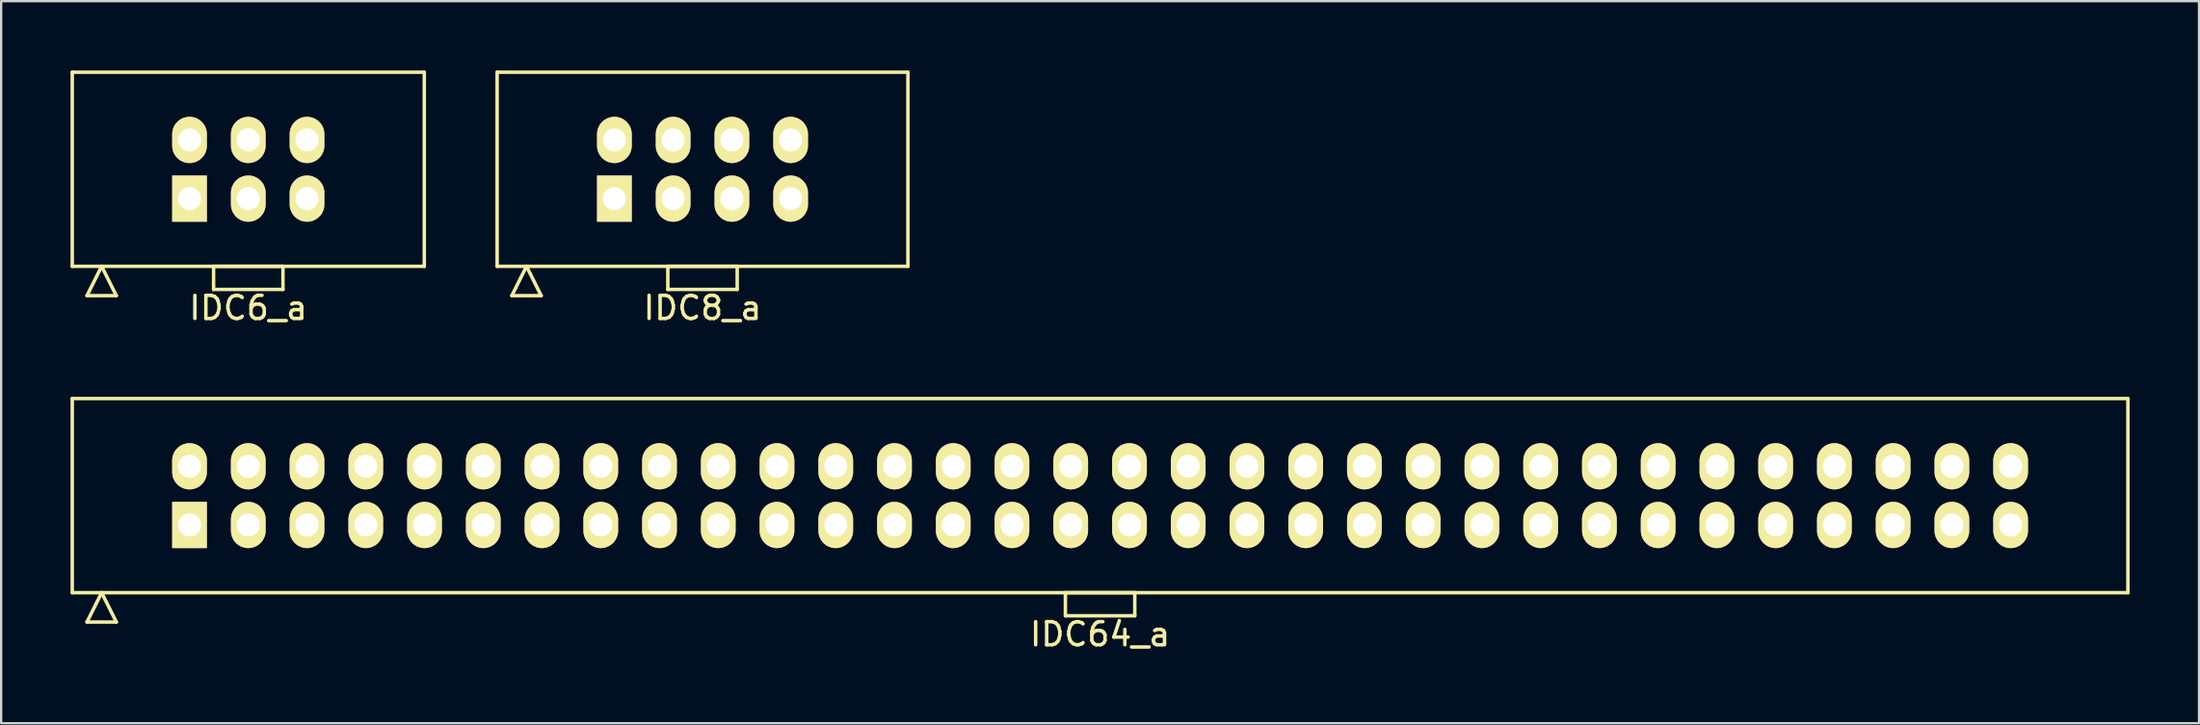
<source format=kicad_pcb>
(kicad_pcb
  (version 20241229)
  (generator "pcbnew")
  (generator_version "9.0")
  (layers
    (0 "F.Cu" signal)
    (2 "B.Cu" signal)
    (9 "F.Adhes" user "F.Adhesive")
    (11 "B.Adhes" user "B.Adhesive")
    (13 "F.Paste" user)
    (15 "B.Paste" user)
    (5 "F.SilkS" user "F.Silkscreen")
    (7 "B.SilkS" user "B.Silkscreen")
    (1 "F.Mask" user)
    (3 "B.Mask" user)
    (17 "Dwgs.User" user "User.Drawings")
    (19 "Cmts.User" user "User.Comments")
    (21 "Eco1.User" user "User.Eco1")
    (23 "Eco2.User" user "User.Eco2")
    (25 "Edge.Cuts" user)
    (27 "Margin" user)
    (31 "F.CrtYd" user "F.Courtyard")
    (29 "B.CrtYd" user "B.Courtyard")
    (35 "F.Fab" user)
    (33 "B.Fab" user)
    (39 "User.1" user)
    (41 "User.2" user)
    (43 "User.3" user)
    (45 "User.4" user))
  (footprint "IDC8_a"
    (layer "F.Cu")
    (at 27.325 4.275)
    (property "Reference" "IDC8_a" (at 0 6 0) (layer "F.SilkS") (effects (font (size 1 1) (thickness 0.15))))
    (attr through_hole)
    (fp_line (start -8.88 -4.2) (end -8.88 4.2) (stroke (width 0.15) (type solid)) (layer "F.SilkS"))
    (fp_line (start -8.88 4.2) (end 8.88 4.2) (stroke (width 0.15) (type solid)) (layer "F.SilkS"))
    (fp_line (start -8.245 5.47) (end -7.61 4.2) (stroke (width 0.15) (type solid)) (layer "F.SilkS"))
    (fp_line (start -8.245 5.47) (end -6.975 5.47) (stroke (width 0.15) (type solid)) (layer "F.SilkS"))
    (fp_line (start -6.975 5.47) (end -7.61 4.2) (stroke (width 0.15) (type solid)) (layer "F.SilkS"))
    (fp_line (start -1.5 4.2) (end -1.5 5.2) (stroke (width 0.15) (type solid)) (layer "F.SilkS"))
    (fp_line (start -1.5 5.2) (end 1.5 5.2) (stroke (width 0.15) (type solid)) (layer "F.SilkS"))
    (fp_line (start 1.5 4.2) (end -1.5 4.2) (stroke (width 0.15) (type solid)) (layer "F.SilkS"))
    (fp_line (start 1.5 5.2) (end 1.5 4.2) (stroke (width 0.15) (type solid)) (layer "F.SilkS"))
    (fp_line (start 8.88 -4.2) (end -8.88 -4.2) (stroke (width 0.15) (type solid)) (layer "F.SilkS"))
    (fp_line (start 8.88 4.2) (end 8.88 -4.2) (stroke (width 0.15) (type solid)) (layer "F.SilkS"))
    (pad "1" thru_hole rect (at -3.81 1.27) (size 1.5 2) (drill 1) (layers "*.Cu" "*.Mask" "F.SilkS"))
    (pad "2" thru_hole oval (at -3.81 -1.27) (size 1.5 2) (drill 1) (layers "*.Cu" "*.Mask" "F.SilkS"))
    (pad "3" thru_hole oval (at -1.27 1.27) (size 1.5 2) (drill 1) (layers "*.Cu" "*.Mask" "F.SilkS"))
    (pad "4" thru_hole oval (at -1.27 -1.27) (size 1.5 2) (drill 1) (layers "*.Cu" "*.Mask" "F.SilkS"))
    (pad "5" thru_hole oval (at 1.27 1.27) (size 1.5 2) (drill 1) (layers "*.Cu" "*.Mask" "F.SilkS"))
    (pad "6" thru_hole oval (at 1.27 -1.27) (size 1.5 2) (drill 1) (layers "*.Cu" "*.Mask" "F.SilkS"))
    (pad "7" thru_hole oval (at 3.81 1.27) (size 1.5 2) (drill 1) (layers "*.Cu" "*.Mask" "F.SilkS"))
    (pad "8" thru_hole oval (at 3.81 -1.27) (size 1.5 2) (drill 1) (layers "*.Cu" "*.Mask" "F.SilkS")))
  (footprint "IDC6_a"
    (layer "F.Cu")
    (at 7.685 4.275)
    (property "Reference" "IDC6_a" (at 0 6 0) (layer "F.SilkS") (effects (font (size 1 1) (thickness 0.15))))
    (attr through_hole)
    (fp_line (start -7.61 -4.2) (end -7.61 4.2) (stroke (width 0.15) (type solid)) (layer "F.SilkS"))
    (fp_line (start -7.61 4.2) (end 7.61 4.2) (stroke (width 0.15) (type solid)) (layer "F.SilkS"))
    (fp_line (start -6.975 5.47) (end -6.34 4.2) (stroke (width 0.15) (type solid)) (layer "F.SilkS"))
    (fp_line (start -6.975 5.47) (end -5.705 5.47) (stroke (width 0.15) (type solid)) (layer "F.SilkS"))
    (fp_line (start -5.705 5.47) (end -6.34 4.2) (stroke (width 0.15) (type solid)) (layer "F.SilkS"))
    (fp_line (start -1.5 4.2) (end -1.5 5.2) (stroke (width 0.15) (type solid)) (layer "F.SilkS"))
    (fp_line (start -1.5 5.2) (end 1.5 5.2) (stroke (width 0.15) (type solid)) (layer "F.SilkS"))
    (fp_line (start 1.5 4.2) (end -1.5 4.2) (stroke (width 0.15) (type solid)) (layer "F.SilkS"))
    (fp_line (start 1.5 5.2) (end 1.5 4.2) (stroke (width 0.15) (type solid)) (layer "F.SilkS"))
    (fp_line (start 7.61 -4.2) (end -7.61 -4.2) (stroke (width 0.15) (type solid)) (layer "F.SilkS"))
    (fp_line (start 7.61 4.2) (end 7.61 -4.2) (stroke (width 0.15) (type solid)) (layer "F.SilkS"))
    (pad "1" thru_hole rect (at -2.54 1.27) (size 1.5 2) (drill 1) (layers "*.Cu" "*.Mask" "F.SilkS"))
    (pad "2" thru_hole oval (at -2.54 -1.27) (size 1.5 2) (drill 1) (layers "*.Cu" "*.Mask" "F.SilkS"))
    (pad "3" thru_hole oval (at 0 1.27) (size 1.5 2) (drill 1) (layers "*.Cu" "*.Mask" "F.SilkS"))
    (pad "4" thru_hole oval (at 0 -1.27) (size 1.5 2) (drill 1) (layers "*.Cu" "*.Mask" "F.SilkS"))
    (pad "5" thru_hole oval (at 2.54 1.27) (size 1.5 2) (drill 1) (layers "*.Cu" "*.Mask" "F.SilkS"))
    (pad "6" thru_hole oval (at 2.54 -1.27) (size 1.5 2) (drill 1) (layers "*.Cu" "*.Mask" "F.SilkS")))
  (footprint "IDC64_a"
    (layer "F.Cu")
    (at 44.515 18.398)
    (property "Reference" "IDC64_a" (at 0 6 0) (layer "F.SilkS") (effects (font (size 1 1) (thickness 0.15))))
    (attr through_hole)
    (fp_line (start -44.44 -4.2) (end -44.44 4.2) (stroke (width 0.15) (type solid)) (layer "F.SilkS"))
    (fp_line (start -44.44 4.2) (end 44.44 4.2) (stroke (width 0.15) (type solid)) (layer "F.SilkS"))
    (fp_line (start -43.805 5.47) (end -43.17 4.2) (stroke (width 0.15) (type solid)) (layer "F.SilkS"))
    (fp_line (start -43.805 5.47) (end -42.535 5.47) (stroke (width 0.15) (type solid)) (layer "F.SilkS"))
    (fp_line (start -42.535 5.47) (end -43.17 4.2) (stroke (width 0.15) (type solid)) (layer "F.SilkS"))
    (fp_line (start -1.5 4.2) (end -1.5 5.2) (stroke (width 0.15) (type solid)) (layer "F.SilkS"))
    (fp_line (start -1.5 5.2) (end 1.5 5.2) (stroke (width 0.15) (type solid)) (layer "F.SilkS"))
    (fp_line (start 1.5 4.2) (end -1.5 4.2) (stroke (width 0.15) (type solid)) (layer "F.SilkS"))
    (fp_line (start 1.5 5.2) (end 1.5 4.2) (stroke (width 0.15) (type solid)) (layer "F.SilkS"))
    (fp_line (start 44.44 -4.2) (end -44.44 -4.2) (stroke (width 0.15) (type solid)) (layer "F.SilkS"))
    (fp_line (start 44.44 4.2) (end 44.44 -4.2) (stroke (width 0.15) (type solid)) (layer "F.SilkS"))
    (pad "1" thru_hole rect (at -39.37 1.27) (size 1.5 2) (drill 1) (layers "*.Cu" "*.Mask" "F.SilkS"))
    (pad "2" thru_hole oval (at -39.37 -1.27) (size 1.5 2) (drill 1) (layers "*.Cu" "*.Mask" "F.SilkS"))
    (pad "3" thru_hole oval (at -36.83 1.27) (size 1.5 2) (drill 1) (layers "*.Cu" "*.Mask" "F.SilkS"))
    (pad "4" thru_hole oval (at -36.83 -1.27) (size 1.5 2) (drill 1) (layers "*.Cu" "*.Mask" "F.SilkS"))
    (pad "5" thru_hole oval (at -34.29 1.27) (size 1.5 2) (drill 1) (layers "*.Cu" "*.Mask" "F.SilkS"))
    (pad "6" thru_hole oval (at -34.29 -1.27) (size 1.5 2) (drill 1) (layers "*.Cu" "*.Mask" "F.SilkS"))
    (pad "7" thru_hole oval (at -31.75 1.27) (size 1.5 2) (drill 1) (layers "*.Cu" "*.Mask" "F.SilkS"))
    (pad "8" thru_hole oval (at -31.75 -1.27) (size 1.5 2) (drill 1) (layers "*.Cu" "*.Mask" "F.SilkS"))
    (pad "9" thru_hole oval (at -29.21 1.27) (size 1.5 2) (drill 1) (layers "*.Cu" "*.Mask" "F.SilkS"))
    (pad "10" thru_hole oval (at -29.21 -1.27) (size 1.5 2) (drill 1) (layers "*.Cu" "*.Mask" "F.SilkS"))
    (pad "11" thru_hole oval (at -26.67 1.27) (size 1.5 2) (drill 1) (layers "*.Cu" "*.Mask" "F.SilkS"))
    (pad "12" thru_hole oval (at -26.67 -1.27) (size 1.5 2) (drill 1) (layers "*.Cu" "*.Mask" "F.SilkS"))
    (pad "13" thru_hole oval (at -24.13 1.27) (size 1.5 2) (drill 1) (layers "*.Cu" "*.Mask" "F.SilkS"))
    (pad "14" thru_hole oval (at -24.13 -1.27) (size 1.5 2) (drill 1) (layers "*.Cu" "*.Mask" "F.SilkS"))
    (pad "15" thru_hole oval (at -21.59 1.27) (size 1.5 2) (drill 1) (layers "*.Cu" "*.Mask" "F.SilkS"))
    (pad "16" thru_hole oval (at -21.59 -1.27) (size 1.5 2) (drill 1) (layers "*.Cu" "*.Mask" "F.SilkS"))
    (pad "17" thru_hole oval (at -19.05 1.27) (size 1.5 2) (drill 1) (layers "*.Cu" "*.Mask" "F.SilkS"))
    (pad "18" thru_hole oval (at -19.05 -1.27) (size 1.5 2) (drill 1) (layers "*.Cu" "*.Mask" "F.SilkS"))
    (pad "19" thru_hole oval (at -16.51 1.27) (size 1.5 2) (drill 1) (layers "*.Cu" "*.Mask" "F.SilkS"))
    (pad "20" thru_hole oval (at -16.51 -1.27) (size 1.5 2) (drill 1) (layers "*.Cu" "*.Mask" "F.SilkS"))
    (pad "21" thru_hole oval (at -13.97 1.27) (size 1.5 2) (drill 1) (layers "*.Cu" "*.Mask" "F.SilkS"))
    (pad "22" thru_hole oval (at -13.97 -1.27) (size 1.5 2) (drill 1) (layers "*.Cu" "*.Mask" "F.SilkS"))
    (pad "23" thru_hole oval (at -11.43 1.27) (size 1.5 2) (drill 1) (layers "*.Cu" "*.Mask" "F.SilkS"))
    (pad "24" thru_hole oval (at -11.43 -1.27) (size 1.5 2) (drill 1) (layers "*.Cu" "*.Mask" "F.SilkS"))
    (pad "25" thru_hole oval (at -8.89 1.27) (size 1.5 2) (drill 1) (layers "*.Cu" "*.Mask" "F.SilkS"))
    (pad "26" thru_hole oval (at -8.89 -1.27) (size 1.5 2) (drill 1) (layers "*.Cu" "*.Mask" "F.SilkS"))
    (pad "27" thru_hole oval (at -6.35 1.27) (size 1.5 2) (drill 1) (layers "*.Cu" "*.Mask" "F.SilkS"))
    (pad "28" thru_hole oval (at -6.35 -1.27) (size 1.5 2) (drill 1) (layers "*.Cu" "*.Mask" "F.SilkS"))
    (pad "29" thru_hole oval (at -3.81 1.27) (size 1.5 2) (drill 1) (layers "*.Cu" "*.Mask" "F.SilkS"))
    (pad "30" thru_hole oval (at -3.81 -1.27) (size 1.5 2) (drill 1) (layers "*.Cu" "*.Mask" "F.SilkS"))
    (pad "31" thru_hole oval (at -1.27 1.27) (size 1.5 2) (drill 1) (layers "*.Cu" "*.Mask" "F.SilkS"))
    (pad "32" thru_hole oval (at -1.27 -1.27) (size 1.5 2) (drill 1) (layers "*.Cu" "*.Mask" "F.SilkS"))
    (pad "33" thru_hole oval (at 1.27 1.27) (size 1.5 2) (drill 1) (layers "*.Cu" "*.Mask" "F.SilkS"))
    (pad "34" thru_hole oval (at 1.27 -1.27) (size 1.5 2) (drill 1) (layers "*.Cu" "*.Mask" "F.SilkS"))
    (pad "35" thru_hole oval (at 3.81 1.27) (size 1.5 2) (drill 1) (layers "*.Cu" "*.Mask" "F.SilkS"))
    (pad "36" thru_hole oval (at 3.81 -1.27) (size 1.5 2) (drill 1) (layers "*.Cu" "*.Mask" "F.SilkS"))
    (pad "37" thru_hole oval (at 6.35 1.27) (size 1.5 2) (drill 1) (layers "*.Cu" "*.Mask" "F.SilkS"))
    (pad "38" thru_hole oval (at 6.35 -1.27) (size 1.5 2) (drill 1) (layers "*.Cu" "*.Mask" "F.SilkS"))
    (pad "39" thru_hole oval (at 8.89 1.27) (size 1.5 2) (drill 1) (layers "*.Cu" "*.Mask" "F.SilkS"))
    (pad "40" thru_hole oval (at 8.89 -1.27) (size 1.5 2) (drill 1) (layers "*.Cu" "*.Mask" "F.SilkS"))
    (pad "41" thru_hole oval (at 11.43 1.27) (size 1.5 2) (drill 1) (layers "*.Cu" "*.Mask" "F.SilkS"))
    (pad "42" thru_hole oval (at 11.43 -1.27) (size 1.5 2) (drill 1) (layers "*.Cu" "*.Mask" "F.SilkS"))
    (pad "43" thru_hole oval (at 13.97 1.27) (size 1.5 2) (drill 1) (layers "*.Cu" "*.Mask" "F.SilkS"))
    (pad "44" thru_hole oval (at 13.97 -1.27) (size 1.5 2) (drill 1) (layers "*.Cu" "*.Mask" "F.SilkS"))
    (pad "45" thru_hole oval (at 16.51 1.27) (size 1.5 2) (drill 1) (layers "*.Cu" "*.Mask" "F.SilkS"))
    (pad "46" thru_hole oval (at 16.51 -1.27) (size 1.5 2) (drill 1) (layers "*.Cu" "*.Mask" "F.SilkS"))
    (pad "47" thru_hole oval (at 19.05 1.27) (size 1.5 2) (drill 1) (layers "*.Cu" "*.Mask" "F.SilkS"))
    (pad "48" thru_hole oval (at 19.05 -1.27) (size 1.5 2) (drill 1) (layers "*.Cu" "*.Mask" "F.SilkS"))
    (pad "49" thru_hole oval (at 21.59 1.27) (size 1.5 2) (drill 1) (layers "*.Cu" "*.Mask" "F.SilkS"))
    (pad "50" thru_hole oval (at 21.59 -1.27) (size 1.5 2) (drill 1) (layers "*.Cu" "*.Mask" "F.SilkS"))
    (pad "51" thru_hole oval (at 24.13 1.27) (size 1.5 2) (drill 1) (layers "*.Cu" "*.Mask" "F.SilkS"))
    (pad "52" thru_hole oval (at 24.13 -1.27) (size 1.5 2) (drill 1) (layers "*.Cu" "*.Mask" "F.SilkS"))
    (pad "53" thru_hole oval (at 26.67 1.27) (size 1.5 2) (drill 1) (layers "*.Cu" "*.Mask" "F.SilkS"))
    (pad "54" thru_hole oval (at 26.67 -1.27) (size 1.5 2) (drill 1) (layers "*.Cu" "*.Mask" "F.SilkS"))
    (pad "55" thru_hole oval (at 29.21 1.27) (size 1.5 2) (drill 1) (layers "*.Cu" "*.Mask" "F.SilkS"))
    (pad "56" thru_hole oval (at 29.21 -1.27) (size 1.5 2) (drill 1) (layers "*.Cu" "*.Mask" "F.SilkS"))
    (pad "57" thru_hole oval (at 31.75 1.27) (size 1.5 2) (drill 1) (layers "*.Cu" "*.Mask" "F.SilkS"))
    (pad "58" thru_hole oval (at 31.75 -1.27) (size 1.5 2) (drill 1) (layers "*.Cu" "*.Mask" "F.SilkS"))
    (pad "59" thru_hole oval (at 34.29 1.27) (size 1.5 2) (drill 1) (layers "*.Cu" "*.Mask" "F.SilkS"))
    (pad "60" thru_hole oval (at 34.29 -1.27) (size 1.5 2) (drill 1) (layers "*.Cu" "*.Mask" "F.SilkS"))
    (pad "61" thru_hole oval (at 36.83 1.27) (size 1.5 2) (drill 1) (layers "*.Cu" "*.Mask" "F.SilkS"))
    (pad "62" thru_hole oval (at 36.83 -1.27) (size 1.5 2) (drill 1) (layers "*.Cu" "*.Mask" "F.SilkS"))
    (pad "63" thru_hole oval (at 39.37 1.27) (size 1.5 2) (drill 1) (layers "*.Cu" "*.Mask" "F.SilkS"))
    (pad "64" thru_hole oval (at 39.37 -1.27) (size 1.5 2) (drill 1) (layers "*.Cu" "*.Mask" "F.SilkS")))
  (gr_rect
    (start -3 -3)
    (end 92.03 28.247)
    (stroke (width 0.1) (type default))
    (fill no)
    (layer "Edge.Cuts")))
</source>
